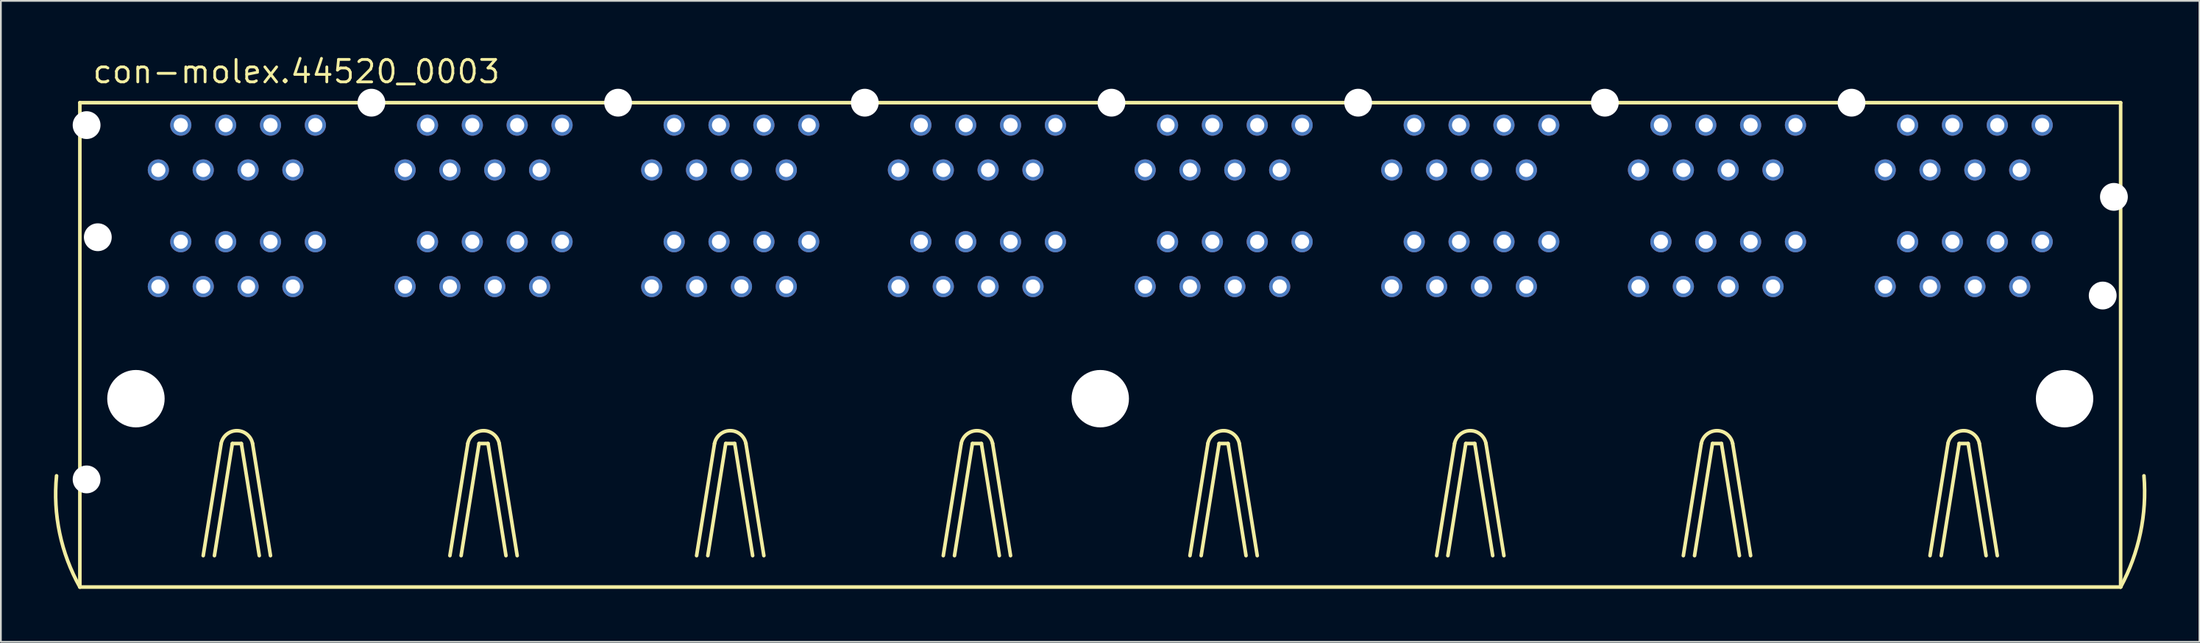
<source format=kicad_pcb>
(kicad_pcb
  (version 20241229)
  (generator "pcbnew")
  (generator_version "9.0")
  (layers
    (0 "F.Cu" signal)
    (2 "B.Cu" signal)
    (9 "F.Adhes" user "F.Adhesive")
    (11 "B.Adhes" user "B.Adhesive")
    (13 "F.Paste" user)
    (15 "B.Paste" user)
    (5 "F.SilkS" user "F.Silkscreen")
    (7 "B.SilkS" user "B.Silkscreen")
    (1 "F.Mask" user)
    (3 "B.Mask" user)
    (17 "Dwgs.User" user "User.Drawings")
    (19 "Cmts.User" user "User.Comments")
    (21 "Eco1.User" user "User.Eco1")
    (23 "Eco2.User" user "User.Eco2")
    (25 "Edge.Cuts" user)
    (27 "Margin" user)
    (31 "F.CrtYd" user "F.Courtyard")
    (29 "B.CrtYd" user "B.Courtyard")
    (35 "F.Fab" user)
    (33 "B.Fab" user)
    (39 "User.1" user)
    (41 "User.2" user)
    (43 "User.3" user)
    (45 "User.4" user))
  (footprint "con-molex.44520_0003"
    (layer "F.Cu")
    (at 59.258 19.53)
    (property "Reference" "con-molex.44520_0003" (at -57.15 -17.78 0) (layer "F.SilkS") (effects (font (size 1.27 1.27) (thickness 0.16)) (justify left bottom)))
    (attr through_hole)
    (fp_line (start -57.785 -16.764) (end -57.785 10.668) (stroke (width 0.203) (type default)) (layer "F.SilkS"))
    (fp_line (start -57.785 10.668) (end 57.785 10.668) (stroke (width 0.203) (type default)) (layer "F.SilkS"))
    (fp_line (start -50.8 8.89) (end -49.784 2.54) (stroke (width 0.203) (type default)) (layer "F.SilkS"))
    (fp_line (start -50.165 8.89) (end -49.149 2.54) (stroke (width 0.203) (type default)) (layer "F.SilkS"))
    (fp_line (start -49.149 2.54) (end -48.641 2.54) (stroke (width 0.203) (type default)) (layer "F.SilkS"))
    (fp_line (start -48.641 2.54) (end -47.625 8.89) (stroke (width 0.203) (type default)) (layer "F.SilkS"))
    (fp_line (start -48.006 2.54) (end -46.99 8.89) (stroke (width 0.203) (type default)) (layer "F.SilkS"))
    (fp_line (start -36.83 8.89) (end -35.814 2.54) (stroke (width 0.203) (type default)) (layer "F.SilkS"))
    (fp_line (start -36.195 8.89) (end -35.179 2.54) (stroke (width 0.203) (type default)) (layer "F.SilkS"))
    (fp_line (start -35.179 2.54) (end -34.671 2.54) (stroke (width 0.203) (type default)) (layer "F.SilkS"))
    (fp_line (start -34.671 2.54) (end -33.655 8.89) (stroke (width 0.203) (type default)) (layer "F.SilkS"))
    (fp_line (start -34.036 2.54) (end -33.02 8.89) (stroke (width 0.203) (type default)) (layer "F.SilkS"))
    (fp_line (start -22.86 8.89) (end -21.844 2.54) (stroke (width 0.203) (type default)) (layer "F.SilkS"))
    (fp_line (start -22.225 8.89) (end -21.209 2.54) (stroke (width 0.203) (type default)) (layer "F.SilkS"))
    (fp_line (start -21.209 2.54) (end -20.701 2.54) (stroke (width 0.203) (type default)) (layer "F.SilkS"))
    (fp_line (start -20.701 2.54) (end -19.685 8.89) (stroke (width 0.203) (type default)) (layer "F.SilkS"))
    (fp_line (start -20.066 2.54) (end -19.05 8.89) (stroke (width 0.203) (type default)) (layer "F.SilkS"))
    (fp_line (start -8.89 8.89) (end -7.874 2.54) (stroke (width 0.203) (type default)) (layer "F.SilkS"))
    (fp_line (start -8.255 8.89) (end -7.239 2.54) (stroke (width 0.203) (type default)) (layer "F.SilkS"))
    (fp_line (start -7.239 2.54) (end -6.731 2.54) (stroke (width 0.203) (type default)) (layer "F.SilkS"))
    (fp_line (start -6.731 2.54) (end -5.715 8.89) (stroke (width 0.203) (type default)) (layer "F.SilkS"))
    (fp_line (start -6.096 2.54) (end -5.08 8.89) (stroke (width 0.203) (type default)) (layer "F.SilkS"))
    (fp_line (start 5.08 8.89) (end 6.096 2.54) (stroke (width 0.203) (type default)) (layer "F.SilkS"))
    (fp_line (start 5.715 8.89) (end 6.731 2.54) (stroke (width 0.203) (type default)) (layer "F.SilkS"))
    (fp_line (start 6.731 2.54) (end 7.239 2.54) (stroke (width 0.203) (type default)) (layer "F.SilkS"))
    (fp_line (start 7.239 2.54) (end 8.255 8.89) (stroke (width 0.203) (type default)) (layer "F.SilkS"))
    (fp_line (start 7.874 2.54) (end 8.89 8.89) (stroke (width 0.203) (type default)) (layer "F.SilkS"))
    (fp_line (start 19.05 8.89) (end 20.066 2.54) (stroke (width 0.203) (type default)) (layer "F.SilkS"))
    (fp_line (start 19.685 8.89) (end 20.701 2.54) (stroke (width 0.203) (type default)) (layer "F.SilkS"))
    (fp_line (start 20.701 2.54) (end 21.209 2.54) (stroke (width 0.203) (type default)) (layer "F.SilkS"))
    (fp_line (start 21.209 2.54) (end 22.225 8.89) (stroke (width 0.203) (type default)) (layer "F.SilkS"))
    (fp_line (start 21.844 2.54) (end 22.86 8.89) (stroke (width 0.203) (type default)) (layer "F.SilkS"))
    (fp_line (start 33.02 8.89) (end 34.036 2.54) (stroke (width 0.203) (type default)) (layer "F.SilkS"))
    (fp_line (start 33.655 8.89) (end 34.671 2.54) (stroke (width 0.203) (type default)) (layer "F.SilkS"))
    (fp_line (start 34.671 2.54) (end 35.179 2.54) (stroke (width 0.203) (type default)) (layer "F.SilkS"))
    (fp_line (start 35.179 2.54) (end 36.195 8.89) (stroke (width 0.203) (type default)) (layer "F.SilkS"))
    (fp_line (start 35.814 2.54) (end 36.83 8.89) (stroke (width 0.203) (type default)) (layer "F.SilkS"))
    (fp_line (start 46.99 8.89) (end 48.006 2.54) (stroke (width 0.203) (type default)) (layer "F.SilkS"))
    (fp_line (start 47.625 8.89) (end 48.641 2.54) (stroke (width 0.203) (type default)) (layer "F.SilkS"))
    (fp_line (start 48.641 2.54) (end 49.149 2.54) (stroke (width 0.203) (type default)) (layer "F.SilkS"))
    (fp_line (start 49.149 2.54) (end 50.165 8.89) (stroke (width 0.203) (type default)) (layer "F.SilkS"))
    (fp_line (start 49.784 2.54) (end 50.8 8.89) (stroke (width 0.203) (type default)) (layer "F.SilkS"))
    (fp_line (start 57.785 -16.764) (end -57.785 -16.764) (stroke (width 0.203) (type default)) (layer "F.SilkS"))
    (fp_line (start 57.785 10.668) (end 57.785 -16.764) (stroke (width 0.203) (type default)) (layer "F.SilkS"))
    (fp_arc (start -57.785 10.668) (mid -58.928085 7.619608) (end -59.1058 4.3688) (stroke (width 0.2032) (type default)) (layer "F.SilkS"))
    (fp_arc (start -49.784 2.54) (mid -48.895 1.812319) (end -48.006 2.54) (stroke (width 0.2032) (type default)) (layer "F.SilkS"))
    (fp_arc (start -35.814 2.54) (mid -34.925 1.812319) (end -34.036 2.54) (stroke (width 0.2032) (type default)) (layer "F.SilkS"))
    (fp_arc (start -21.844 2.54) (mid -20.955 1.812319) (end -20.066 2.54) (stroke (width 0.2032) (type default)) (layer "F.SilkS"))
    (fp_arc (start -7.874 2.54) (mid -6.985 1.812319) (end -6.096 2.54) (stroke (width 0.2032) (type default)) (layer "F.SilkS"))
    (fp_arc (start 6.096 2.54) (mid 6.985 1.812319) (end 7.874 2.54) (stroke (width 0.2032) (type default)) (layer "F.SilkS"))
    (fp_arc (start 20.066 2.54) (mid 20.955 1.812319) (end 21.844 2.54) (stroke (width 0.2032) (type default)) (layer "F.SilkS"))
    (fp_arc (start 34.036 2.54) (mid 34.925 1.812319) (end 35.814 2.54) (stroke (width 0.2032) (type default)) (layer "F.SilkS"))
    (fp_arc (start 48.006 2.54) (mid 48.895 1.812319) (end 49.784 2.54) (stroke (width 0.2032) (type default)) (layer "F.SilkS"))
    (fp_arc (start 59.1058 4.3688) (mid 58.903237 7.614398) (end 57.785 10.668) (stroke (width 0.2032) (type default)) (layer "F.SilkS"))
    (pad "" np_thru_hole circle (at -57.404 -15.494) (size 1.575 1.575) (drill 1.575) (layers "*.Cu" "*.Mask"))
    (pad "" np_thru_hole circle (at -57.404 4.572) (size 1.575 1.575) (drill 1.575) (layers "*.Cu" "*.Mask"))
    (pad "" np_thru_hole circle (at -56.769 -9.144) (size 1.575 1.575) (drill 1.575) (layers "*.Cu" "*.Mask"))
    (pad "" np_thru_hole circle (at -54.61 0) (size 3.251 3.251) (drill 3.251) (layers "*.Cu" "*.Mask"))
    (pad "" np_thru_hole circle (at -41.275 -16.764) (size 1.575 1.575) (drill 1.575) (layers "*.Cu" "*.Mask"))
    (pad "" np_thru_hole circle (at -27.305 -16.764) (size 1.575 1.575) (drill 1.575) (layers "*.Cu" "*.Mask"))
    (pad "" np_thru_hole circle (at -13.335 -16.764) (size 1.575 1.575) (drill 1.575) (layers "*.Cu" "*.Mask"))
    (pad "" np_thru_hole circle (at 0 0) (size 3.251 3.251) (drill 3.251) (layers "*.Cu" "*.Mask"))
    (pad "" np_thru_hole circle (at 0.635 -16.764) (size 1.575 1.575) (drill 1.575) (layers "*.Cu" "*.Mask"))
    (pad "" np_thru_hole circle (at 14.605 -16.764) (size 1.575 1.575) (drill 1.575) (layers "*.Cu" "*.Mask"))
    (pad "" np_thru_hole circle (at 28.575 -16.764) (size 1.575 1.575) (drill 1.575) (layers "*.Cu" "*.Mask"))
    (pad "" np_thru_hole circle (at 42.545 -16.764) (size 1.575 1.575) (drill 1.575) (layers "*.Cu" "*.Mask"))
    (pad "" np_thru_hole circle (at 54.61 0) (size 3.251 3.251) (drill 3.251) (layers "*.Cu" "*.Mask"))
    (pad "" np_thru_hole circle (at 56.769 -5.842) (size 1.575 1.575) (drill 1.575) (layers "*.Cu" "*.Mask"))
    (pad "" np_thru_hole circle (at 57.404 -11.43) (size 1.575 1.575) (drill 1.575) (layers "*.Cu" "*.Mask"))
    (pad "A1-1" thru_hole circle (at -53.34 -6.35) (size 1.2 1.2) (drill 0.8) (layers "*.Cu" "*.Mask"))
    (pad "A1-2" thru_hole circle (at -52.07 -8.89) (size 1.2 1.2) (drill 0.8) (layers "*.Cu" "*.Mask"))
    (pad "A1-3" thru_hole circle (at -50.8 -6.35) (size 1.2 1.2) (drill 0.8) (layers "*.Cu" "*.Mask"))
    (pad "A1-4" thru_hole circle (at -49.53 -8.89) (size 1.2 1.2) (drill 0.8) (layers "*.Cu" "*.Mask"))
    (pad "A1-5" thru_hole circle (at -48.26 -6.35) (size 1.2 1.2) (drill 0.8) (layers "*.Cu" "*.Mask"))
    (pad "A1-6" thru_hole circle (at -46.99 -8.89) (size 1.2 1.2) (drill 0.8) (layers "*.Cu" "*.Mask"))
    (pad "A1-7" thru_hole circle (at -45.72 -6.35) (size 1.2 1.2) (drill 0.8) (layers "*.Cu" "*.Mask"))
    (pad "A1-8" thru_hole circle (at -44.45 -8.89) (size 1.2 1.2) (drill 0.8) (layers "*.Cu" "*.Mask"))
    (pad "A2-1" thru_hole circle (at -44.45 -15.494) (size 1.2 1.2) (drill 0.8) (layers "*.Cu" "*.Mask"))
    (pad "A2-2" thru_hole circle (at -45.72 -12.954) (size 1.2 1.2) (drill 0.8) (layers "*.Cu" "*.Mask"))
    (pad "A2-3" thru_hole circle (at -46.99 -15.494) (size 1.2 1.2) (drill 0.8) (layers "*.Cu" "*.Mask"))
    (pad "A2-4" thru_hole circle (at -48.26 -12.954) (size 1.2 1.2) (drill 0.8) (layers "*.Cu" "*.Mask"))
    (pad "A2-5" thru_hole circle (at -49.53 -15.494) (size 1.2 1.2) (drill 0.8) (layers "*.Cu" "*.Mask"))
    (pad "A2-6" thru_hole circle (at -50.8 -12.954) (size 1.2 1.2) (drill 0.8) (layers "*.Cu" "*.Mask"))
    (pad "A2-7" thru_hole circle (at -52.07 -15.494) (size 1.2 1.2) (drill 0.8) (layers "*.Cu" "*.Mask"))
    (pad "A2-8" thru_hole circle (at -53.34 -12.954) (size 1.2 1.2) (drill 0.8) (layers "*.Cu" "*.Mask"))
    (pad "B1-1" thru_hole circle (at -39.37 -6.35) (size 1.2 1.2) (drill 0.8) (layers "*.Cu" "*.Mask"))
    (pad "B1-2" thru_hole circle (at -38.1 -8.89) (size 1.2 1.2) (drill 0.8) (layers "*.Cu" "*.Mask"))
    (pad "B1-3" thru_hole circle (at -36.83 -6.35) (size 1.2 1.2) (drill 0.8) (layers "*.Cu" "*.Mask"))
    (pad "B1-4" thru_hole circle (at -35.56 -8.89) (size 1.2 1.2) (drill 0.8) (layers "*.Cu" "*.Mask"))
    (pad "B1-5" thru_hole circle (at -34.29 -6.35) (size 1.2 1.2) (drill 0.8) (layers "*.Cu" "*.Mask"))
    (pad "B1-6" thru_hole circle (at -33.02 -8.89) (size 1.2 1.2) (drill 0.8) (layers "*.Cu" "*.Mask"))
    (pad "B1-7" thru_hole circle (at -31.75 -6.35) (size 1.2 1.2) (drill 0.8) (layers "*.Cu" "*.Mask"))
    (pad "B1-8" thru_hole circle (at -30.48 -8.89) (size 1.2 1.2) (drill 0.8) (layers "*.Cu" "*.Mask"))
    (pad "B2-1" thru_hole circle (at -30.48 -15.494) (size 1.2 1.2) (drill 0.8) (layers "*.Cu" "*.Mask"))
    (pad "B2-2" thru_hole circle (at -31.75 -12.954) (size 1.2 1.2) (drill 0.8) (layers "*.Cu" "*.Mask"))
    (pad "B2-3" thru_hole circle (at -33.02 -15.494) (size 1.2 1.2) (drill 0.8) (layers "*.Cu" "*.Mask"))
    (pad "B2-4" thru_hole circle (at -34.29 -12.954) (size 1.2 1.2) (drill 0.8) (layers "*.Cu" "*.Mask"))
    (pad "B2-5" thru_hole circle (at -35.56 -15.494) (size 1.2 1.2) (drill 0.8) (layers "*.Cu" "*.Mask"))
    (pad "B2-6" thru_hole circle (at -36.83 -12.954) (size 1.2 1.2) (drill 0.8) (layers "*.Cu" "*.Mask"))
    (pad "B2-7" thru_hole circle (at -38.1 -15.494) (size 1.2 1.2) (drill 0.8) (layers "*.Cu" "*.Mask"))
    (pad "B2-8" thru_hole circle (at -39.37 -12.954) (size 1.2 1.2) (drill 0.8) (layers "*.Cu" "*.Mask"))
    (pad "C1-1" thru_hole circle (at -25.4 -6.35) (size 1.2 1.2) (drill 0.8) (layers "*.Cu" "*.Mask"))
    (pad "C1-2" thru_hole circle (at -24.13 -8.89) (size 1.2 1.2) (drill 0.8) (layers "*.Cu" "*.Mask"))
    (pad "C1-3" thru_hole circle (at -22.86 -6.35) (size 1.2 1.2) (drill 0.8) (layers "*.Cu" "*.Mask"))
    (pad "C1-4" thru_hole circle (at -21.59 -8.89) (size 1.2 1.2) (drill 0.8) (layers "*.Cu" "*.Mask"))
    (pad "C1-5" thru_hole circle (at -20.32 -6.35) (size 1.2 1.2) (drill 0.8) (layers "*.Cu" "*.Mask"))
    (pad "C1-6" thru_hole circle (at -19.05 -8.89) (size 1.2 1.2) (drill 0.8) (layers "*.Cu" "*.Mask"))
    (pad "C1-7" thru_hole circle (at -17.78 -6.35) (size 1.2 1.2) (drill 0.8) (layers "*.Cu" "*.Mask"))
    (pad "C1-8" thru_hole circle (at -16.51 -8.89) (size 1.2 1.2) (drill 0.8) (layers "*.Cu" "*.Mask"))
    (pad "C2-1" thru_hole circle (at -16.51 -15.494) (size 1.2 1.2) (drill 0.8) (layers "*.Cu" "*.Mask"))
    (pad "C2-2" thru_hole circle (at -17.78 -12.954) (size 1.2 1.2) (drill 0.8) (layers "*.Cu" "*.Mask"))
    (pad "C2-3" thru_hole circle (at -19.05 -15.494) (size 1.2 1.2) (drill 0.8) (layers "*.Cu" "*.Mask"))
    (pad "C2-4" thru_hole circle (at -20.32 -12.954) (size 1.2 1.2) (drill 0.8) (layers "*.Cu" "*.Mask"))
    (pad "C2-5" thru_hole circle (at -21.59 -15.494) (size 1.2 1.2) (drill 0.8) (layers "*.Cu" "*.Mask"))
    (pad "C2-6" thru_hole circle (at -22.86 -12.954) (size 1.2 1.2) (drill 0.8) (layers "*.Cu" "*.Mask"))
    (pad "C2-7" thru_hole circle (at -24.13 -15.494) (size 1.2 1.2) (drill 0.8) (layers "*.Cu" "*.Mask"))
    (pad "C2-8" thru_hole circle (at -25.4 -12.954) (size 1.2 1.2) (drill 0.8) (layers "*.Cu" "*.Mask"))
    (pad "D1-1" thru_hole circle (at -11.43 -6.35) (size 1.2 1.2) (drill 0.8) (layers "*.Cu" "*.Mask"))
    (pad "D1-2" thru_hole circle (at -10.16 -8.89) (size 1.2 1.2) (drill 0.8) (layers "*.Cu" "*.Mask"))
    (pad "D1-3" thru_hole circle (at -8.89 -6.35) (size 1.2 1.2) (drill 0.8) (layers "*.Cu" "*.Mask"))
    (pad "D1-4" thru_hole circle (at -7.62 -8.89) (size 1.2 1.2) (drill 0.8) (layers "*.Cu" "*.Mask"))
    (pad "D1-5" thru_hole circle (at -6.35 -6.35) (size 1.2 1.2) (drill 0.8) (layers "*.Cu" "*.Mask"))
    (pad "D1-6" thru_hole circle (at -5.08 -8.89) (size 1.2 1.2) (drill 0.8) (layers "*.Cu" "*.Mask"))
    (pad "D1-7" thru_hole circle (at -3.81 -6.35) (size 1.2 1.2) (drill 0.8) (layers "*.Cu" "*.Mask"))
    (pad "D1-8" thru_hole circle (at -2.54 -8.89) (size 1.2 1.2) (drill 0.8) (layers "*.Cu" "*.Mask"))
    (pad "D2-1" thru_hole circle (at -2.54 -15.494) (size 1.2 1.2) (drill 0.8) (layers "*.Cu" "*.Mask"))
    (pad "D2-2" thru_hole circle (at -3.81 -12.954) (size 1.2 1.2) (drill 0.8) (layers "*.Cu" "*.Mask"))
    (pad "D2-3" thru_hole circle (at -5.08 -15.494) (size 1.2 1.2) (drill 0.8) (layers "*.Cu" "*.Mask"))
    (pad "D2-4" thru_hole circle (at -6.35 -12.954) (size 1.2 1.2) (drill 0.8) (layers "*.Cu" "*.Mask"))
    (pad "D2-5" thru_hole circle (at -7.62 -15.494) (size 1.2 1.2) (drill 0.8) (layers "*.Cu" "*.Mask"))
    (pad "D2-6" thru_hole circle (at -8.89 -12.954) (size 1.2 1.2) (drill 0.8) (layers "*.Cu" "*.Mask"))
    (pad "D2-7" thru_hole circle (at -10.16 -15.494) (size 1.2 1.2) (drill 0.8) (layers "*.Cu" "*.Mask"))
    (pad "D2-8" thru_hole circle (at -11.43 -12.954) (size 1.2 1.2) (drill 0.8) (layers "*.Cu" "*.Mask"))
    (pad "E1-1" thru_hole circle (at 2.54 -6.35) (size 1.2 1.2) (drill 0.8) (layers "*.Cu" "*.Mask"))
    (pad "E1-2" thru_hole circle (at 3.81 -8.89) (size 1.2 1.2) (drill 0.8) (layers "*.Cu" "*.Mask"))
    (pad "E1-3" thru_hole circle (at 5.08 -6.35) (size 1.2 1.2) (drill 0.8) (layers "*.Cu" "*.Mask"))
    (pad "E1-4" thru_hole circle (at 6.35 -8.89) (size 1.2 1.2) (drill 0.8) (layers "*.Cu" "*.Mask"))
    (pad "E1-5" thru_hole circle (at 7.62 -6.35) (size 1.2 1.2) (drill 0.8) (layers "*.Cu" "*.Mask"))
    (pad "E1-6" thru_hole circle (at 8.89 -8.89) (size 1.2 1.2) (drill 0.8) (layers "*.Cu" "*.Mask"))
    (pad "E1-7" thru_hole circle (at 10.16 -6.35) (size 1.2 1.2) (drill 0.8) (layers "*.Cu" "*.Mask"))
    (pad "E1-8" thru_hole circle (at 11.43 -8.89) (size 1.2 1.2) (drill 0.8) (layers "*.Cu" "*.Mask"))
    (pad "E2-1" thru_hole circle (at 11.43 -15.494) (size 1.2 1.2) (drill 0.8) (layers "*.Cu" "*.Mask"))
    (pad "E2-2" thru_hole circle (at 10.16 -12.954) (size 1.2 1.2) (drill 0.8) (layers "*.Cu" "*.Mask"))
    (pad "E2-3" thru_hole circle (at 8.89 -15.494) (size 1.2 1.2) (drill 0.8) (layers "*.Cu" "*.Mask"))
    (pad "E2-4" thru_hole circle (at 7.62 -12.954) (size 1.2 1.2) (drill 0.8) (layers "*.Cu" "*.Mask"))
    (pad "E2-5" thru_hole circle (at 6.35 -15.494) (size 1.2 1.2) (drill 0.8) (layers "*.Cu" "*.Mask"))
    (pad "E2-6" thru_hole circle (at 5.08 -12.954) (size 1.2 1.2) (drill 0.8) (layers "*.Cu" "*.Mask"))
    (pad "E2-7" thru_hole circle (at 3.81 -15.494) (size 1.2 1.2) (drill 0.8) (layers "*.Cu" "*.Mask"))
    (pad "E2-8" thru_hole circle (at 2.54 -12.954) (size 1.2 1.2) (drill 0.8) (layers "*.Cu" "*.Mask"))
    (pad "F1-1" thru_hole circle (at 16.51 -6.35) (size 1.2 1.2) (drill 0.8) (layers "*.Cu" "*.Mask"))
    (pad "F1-2" thru_hole circle (at 17.78 -8.89) (size 1.2 1.2) (drill 0.8) (layers "*.Cu" "*.Mask"))
    (pad "F1-3" thru_hole circle (at 19.05 -6.35) (size 1.2 1.2) (drill 0.8) (layers "*.Cu" "*.Mask"))
    (pad "F1-4" thru_hole circle (at 20.32 -8.89) (size 1.2 1.2) (drill 0.8) (layers "*.Cu" "*.Mask"))
    (pad "F1-5" thru_hole circle (at 21.59 -6.35) (size 1.2 1.2) (drill 0.8) (layers "*.Cu" "*.Mask"))
    (pad "F1-6" thru_hole circle (at 22.86 -8.89) (size 1.2 1.2) (drill 0.8) (layers "*.Cu" "*.Mask"))
    (pad "F1-7" thru_hole circle (at 24.13 -6.35) (size 1.2 1.2) (drill 0.8) (layers "*.Cu" "*.Mask"))
    (pad "F1-8" thru_hole circle (at 25.4 -8.89) (size 1.2 1.2) (drill 0.8) (layers "*.Cu" "*.Mask"))
    (pad "F2-1" thru_hole circle (at 24.13 -12.954) (size 1.2 1.2) (drill 0.8) (layers "*.Cu" "*.Mask"))
    (pad "F2-2" thru_hole circle (at 25.4 -15.494) (size 1.2 1.2) (drill 0.8) (layers "*.Cu" "*.Mask"))
    (pad "F2-3" thru_hole circle (at 22.86 -15.494) (size 1.2 1.2) (drill 0.8) (layers "*.Cu" "*.Mask"))
    (pad "F2-4" thru_hole circle (at 21.59 -12.954) (size 1.2 1.2) (drill 0.8) (layers "*.Cu" "*.Mask"))
    (pad "F2-5" thru_hole circle (at 20.32 -15.494) (size 1.2 1.2) (drill 0.8) (layers "*.Cu" "*.Mask"))
    (pad "F2-6" thru_hole circle (at 19.05 -12.954) (size 1.2 1.2) (drill 0.8) (layers "*.Cu" "*.Mask"))
    (pad "F2-7" thru_hole circle (at 17.78 -15.494) (size 1.2 1.2) (drill 0.8) (layers "*.Cu" "*.Mask"))
    (pad "F2-8" thru_hole circle (at 16.51 -12.954) (size 1.2 1.2) (drill 0.8) (layers "*.Cu" "*.Mask"))
    (pad "G1-1" thru_hole circle (at 30.48 -6.35) (size 1.2 1.2) (drill 0.8) (layers "*.Cu" "*.Mask"))
    (pad "G1-2" thru_hole circle (at 31.75 -8.89) (size 1.2 1.2) (drill 0.8) (layers "*.Cu" "*.Mask"))
    (pad "G1-3" thru_hole circle (at 33.02 -6.35) (size 1.2 1.2) (drill 0.8) (layers "*.Cu" "*.Mask"))
    (pad "G1-4" thru_hole circle (at 34.29 -8.89) (size 1.2 1.2) (drill 0.8) (layers "*.Cu" "*.Mask"))
    (pad "G1-5" thru_hole circle (at 35.56 -6.35) (size 1.2 1.2) (drill 0.8) (layers "*.Cu" "*.Mask"))
    (pad "G1-6" thru_hole circle (at 36.83 -8.89) (size 1.2 1.2) (drill 0.8) (layers "*.Cu" "*.Mask"))
    (pad "G1-7" thru_hole circle (at 38.1 -6.35) (size 1.2 1.2) (drill 0.8) (layers "*.Cu" "*.Mask"))
    (pad "G1-8" thru_hole circle (at 39.37 -8.89) (size 1.2 1.2) (drill 0.8) (layers "*.Cu" "*.Mask"))
    (pad "G2-1" thru_hole circle (at 39.37 -15.494) (size 1.2 1.2) (drill 0.8) (layers "*.Cu" "*.Mask"))
    (pad "G2-2" thru_hole circle (at 38.1 -12.954) (size 1.2 1.2) (drill 0.8) (layers "*.Cu" "*.Mask"))
    (pad "G2-3" thru_hole circle (at 36.83 -15.494) (size 1.2 1.2) (drill 0.8) (layers "*.Cu" "*.Mask"))
    (pad "G2-4" thru_hole circle (at 35.56 -12.954) (size 1.2 1.2) (drill 0.8) (layers "*.Cu" "*.Mask"))
    (pad "G2-5" thru_hole circle (at 34.29 -15.494) (size 1.2 1.2) (drill 0.8) (layers "*.Cu" "*.Mask"))
    (pad "G2-6" thru_hole circle (at 33.02 -12.954) (size 1.2 1.2) (drill 0.8) (layers "*.Cu" "*.Mask"))
    (pad "G2-7" thru_hole circle (at 31.75 -15.494) (size 1.2 1.2) (drill 0.8) (layers "*.Cu" "*.Mask"))
    (pad "G2-8" thru_hole circle (at 30.48 -12.954) (size 1.2 1.2) (drill 0.8) (layers "*.Cu" "*.Mask"))
    (pad "H1-1" thru_hole circle (at 44.45 -6.35) (size 1.2 1.2) (drill 0.8) (layers "*.Cu" "*.Mask"))
    (pad "H1-2" thru_hole circle (at 45.72 -8.89) (size 1.2 1.2) (drill 0.8) (layers "*.Cu" "*.Mask"))
    (pad "H1-3" thru_hole circle (at 46.99 -6.35) (size 1.2 1.2) (drill 0.8) (layers "*.Cu" "*.Mask"))
    (pad "H1-4" thru_hole circle (at 48.26 -8.89) (size 1.2 1.2) (drill 0.8) (layers "*.Cu" "*.Mask"))
    (pad "H1-5" thru_hole circle (at 49.53 -6.35) (size 1.2 1.2) (drill 0.8) (layers "*.Cu" "*.Mask"))
    (pad "H1-6" thru_hole circle (at 50.8 -8.89) (size 1.2 1.2) (drill 0.8) (layers "*.Cu" "*.Mask"))
    (pad "H1-7" thru_hole circle (at 52.07 -6.35) (size 1.2 1.2) (drill 0.8) (layers "*.Cu" "*.Mask"))
    (pad "H1-8" thru_hole circle (at 53.34 -8.89) (size 1.2 1.2) (drill 0.8) (layers "*.Cu" "*.Mask"))
    (pad "H2-1" thru_hole circle (at 53.34 -15.494) (size 1.2 1.2) (drill 0.8) (layers "*.Cu" "*.Mask"))
    (pad "H2-2" thru_hole circle (at 52.07 -12.954) (size 1.2 1.2) (drill 0.8) (layers "*.Cu" "*.Mask"))
    (pad "H2-3" thru_hole circle (at 50.8 -15.494) (size 1.2 1.2) (drill 0.8) (layers "*.Cu" "*.Mask"))
    (pad "H2-4" thru_hole circle (at 49.53 -12.954) (size 1.2 1.2) (drill 0.8) (layers "*.Cu" "*.Mask"))
    (pad "H2-5" thru_hole circle (at 48.26 -15.494) (size 1.2 1.2) (drill 0.8) (layers "*.Cu" "*.Mask"))
    (pad "H2-6" thru_hole circle (at 46.99 -12.954) (size 1.2 1.2) (drill 0.8) (layers "*.Cu" "*.Mask"))
    (pad "H2-7" thru_hole circle (at 45.72 -15.494) (size 1.2 1.2) (drill 0.8) (layers "*.Cu" "*.Mask"))
    (pad "H2-8" thru_hole circle (at 44.45 -12.954) (size 1.2 1.2) (drill 0.8) (layers "*.Cu" "*.Mask")))
  (gr_rect
    (start -3 -3)
    (end 121.504 33.3)
    (stroke (width 0.1) (type default))
    (fill no)
    (layer "Edge.Cuts")))
</source>
